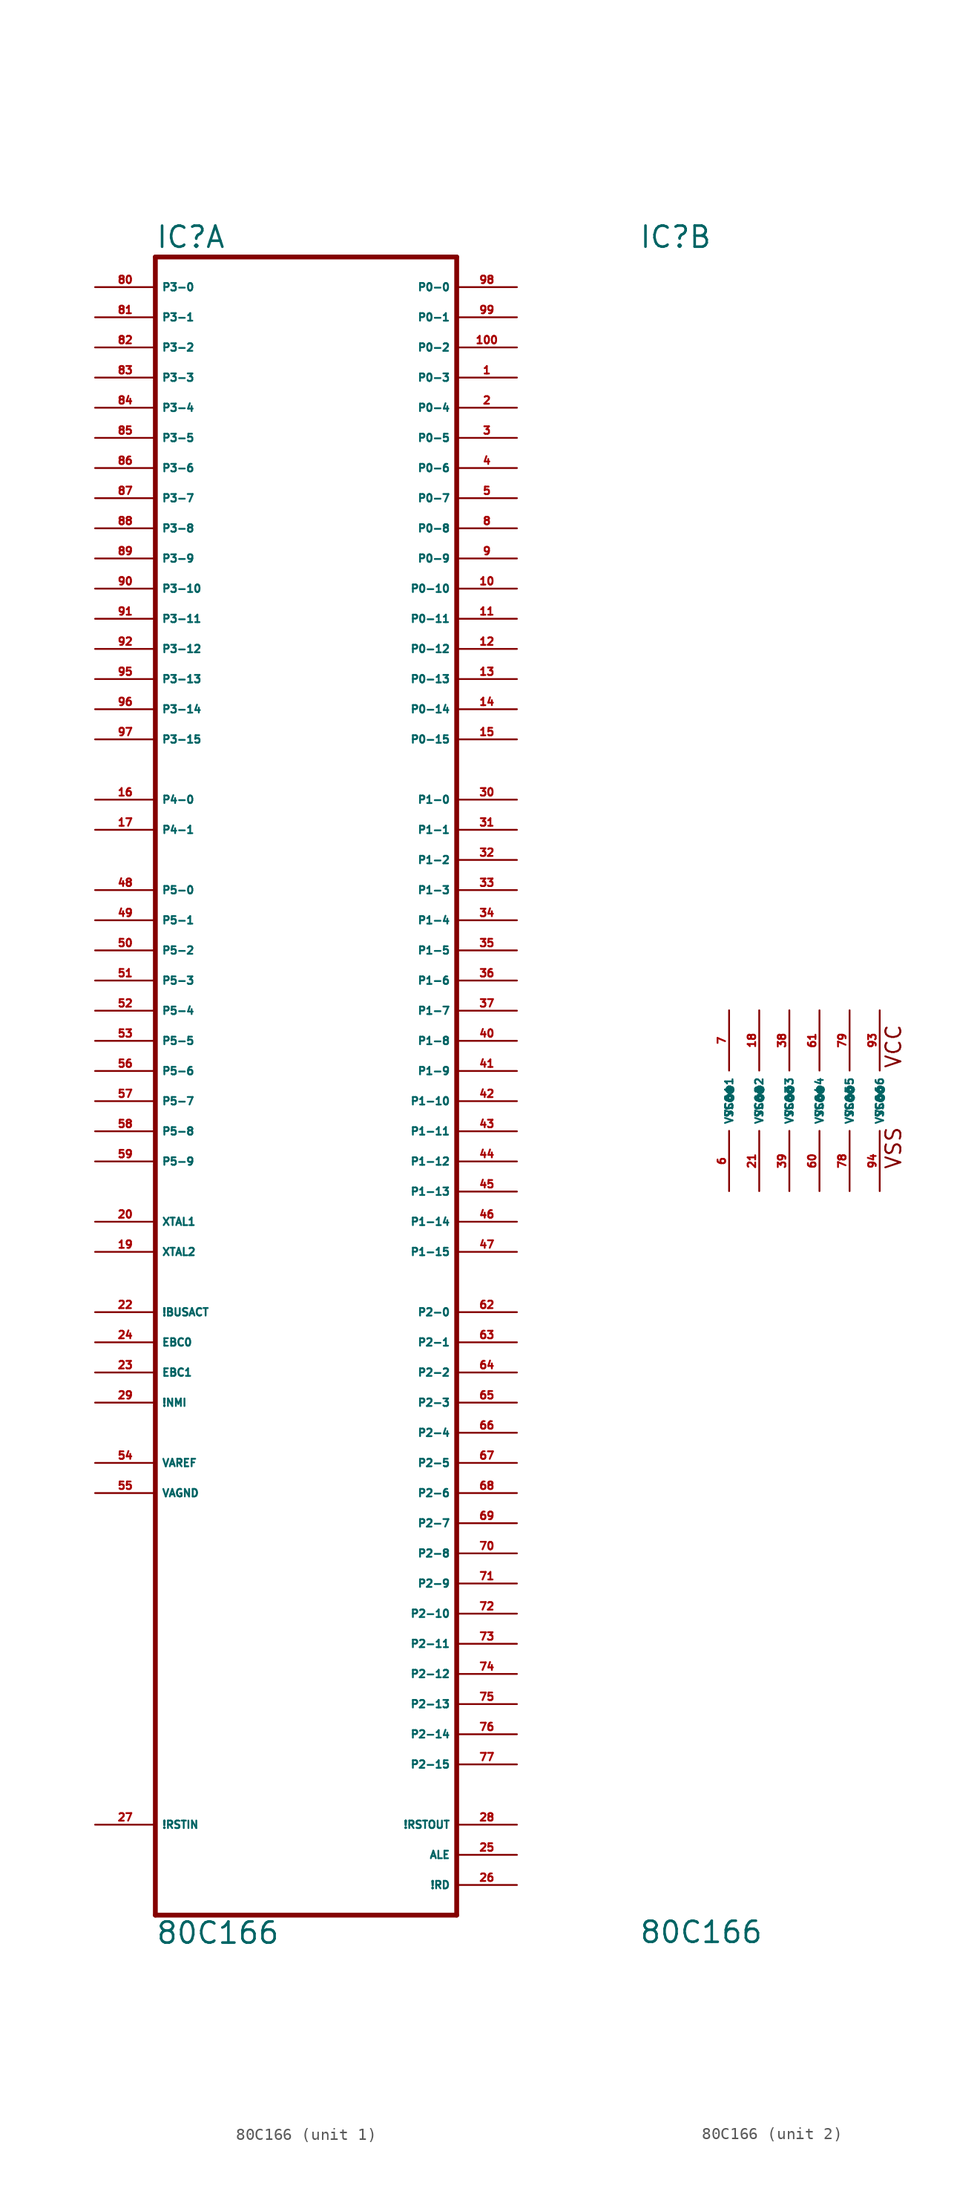
<source format=kicad_sym>
(kicad_symbol_lib
  (version 20220914)
  (generator Eagle2Kicad)
  (symbol "80C166"
    (property "Reference" "IC"
      (at -12.7 71.755 0)
      (effects (font (size 1.778 1.778) (thickness 0.22)) (justify left bottom)))
    (property "Value" "80C166"
      (at -12.7 -71.12 0)
      (effects (font (size 1.778 1.778) (thickness 0.22)) (justify left bottom)))
    (symbol "80C166_1_0"
      (polyline (pts (xy 12.7 71.12) (xy -12.7 71.12)) (stroke (width 0.406) (type default)) (fill (type none)))
      (polyline (pts (xy -12.7 71.12) (xy -12.7 -68.58)) (stroke (width 0.406) (type default)) (fill (type none)))
      (polyline (pts (xy -12.7 -68.58) (xy 12.7 -68.58)) (stroke (width 0.406) (type default)) (fill (type none)))
      (polyline (pts (xy 12.7 -68.58) (xy 12.7 71.12)) (stroke (width 0.406) (type default)) (fill (type none)))
      (pin bidirectional line (at 17.78 66.04 180) (length 5.08) (name "P0-1" (effects (font (size 0.635 0.635) (thickness 0.08)) (justify left bottom))) (number "99" (effects (font (size 0.635 0.635) (thickness 0.08)) (justify left bottom))))
      (pin bidirectional line (at 17.78 63.5 180) (length 5.08) (name "P0-2" (effects (font (size 0.635 0.635) (thickness 0.08)) (justify left bottom))) (number "100" (effects (font (size 0.635 0.635) (thickness 0.08)) (justify left bottom))))
      (pin bidirectional line (at 17.78 60.96 180) (length 5.08) (name "P0-3" (effects (font (size 0.635 0.635) (thickness 0.08)) (justify left bottom))) (number "1" (effects (font (size 0.635 0.635) (thickness 0.08)) (justify left bottom))))
      (pin bidirectional line (at 17.78 58.42 180) (length 5.08) (name "P0-4" (effects (font (size 0.635 0.635) (thickness 0.08)) (justify left bottom))) (number "2" (effects (font (size 0.635 0.635) (thickness 0.08)) (justify left bottom))))
      (pin bidirectional line (at 17.78 55.88 180) (length 5.08) (name "P0-5" (effects (font (size 0.635 0.635) (thickness 0.08)) (justify left bottom))) (number "3" (effects (font (size 0.635 0.635) (thickness 0.08)) (justify left bottom))))
      (pin bidirectional line (at 17.78 53.34 180) (length 5.08) (name "P0-6" (effects (font (size 0.635 0.635) (thickness 0.08)) (justify left bottom))) (number "4" (effects (font (size 0.635 0.635) (thickness 0.08)) (justify left bottom))))
      (pin bidirectional line (at 17.78 50.8 180) (length 5.08) (name "P0-7" (effects (font (size 0.635 0.635) (thickness 0.08)) (justify left bottom))) (number "5" (effects (font (size 0.635 0.635) (thickness 0.08)) (justify left bottom))))
      (pin bidirectional line (at 17.78 48.26 180) (length 5.08) (name "P0-8" (effects (font (size 0.635 0.635) (thickness 0.08)) (justify left bottom))) (number "8" (effects (font (size 0.635 0.635) (thickness 0.08)) (justify left bottom))))
      (pin bidirectional line (at 17.78 45.72 180) (length 5.08) (name "P0-9" (effects (font (size 0.635 0.635) (thickness 0.08)) (justify left bottom))) (number "9" (effects (font (size 0.635 0.635) (thickness 0.08)) (justify left bottom))))
      (pin bidirectional line (at 17.78 43.18 180) (length 5.08) (name "P0-10" (effects (font (size 0.635 0.635) (thickness 0.08)) (justify left bottom))) (number "10" (effects (font (size 0.635 0.635) (thickness 0.08)) (justify left bottom))))
      (pin bidirectional line (at 17.78 40.64 180) (length 5.08) (name "P0-11" (effects (font (size 0.635 0.635) (thickness 0.08)) (justify left bottom))) (number "11" (effects (font (size 0.635 0.635) (thickness 0.08)) (justify left bottom))))
      (pin bidirectional line (at 17.78 38.1 180) (length 5.08) (name "P0-12" (effects (font (size 0.635 0.635) (thickness 0.08)) (justify left bottom))) (number "12" (effects (font (size 0.635 0.635) (thickness 0.08)) (justify left bottom))))
      (pin bidirectional line (at 17.78 35.56 180) (length 5.08) (name "P0-13" (effects (font (size 0.635 0.635) (thickness 0.08)) (justify left bottom))) (number "13" (effects (font (size 0.635 0.635) (thickness 0.08)) (justify left bottom))))
      (pin bidirectional line (at 17.78 33.02 180) (length 5.08) (name "P0-14" (effects (font (size 0.635 0.635) (thickness 0.08)) (justify left bottom))) (number "14" (effects (font (size 0.635 0.635) (thickness 0.08)) (justify left bottom))))
      (pin bidirectional line (at 17.78 30.48 180) (length 5.08) (name "P0-15" (effects (font (size 0.635 0.635) (thickness 0.08)) (justify left bottom))) (number "15" (effects (font (size 0.635 0.635) (thickness 0.08)) (justify left bottom))))
      (pin bidirectional line (at 17.78 68.58 180) (length 5.08) (name "P0-0" (effects (font (size 0.635 0.635) (thickness 0.08)) (justify left bottom))) (number "98" (effects (font (size 0.635 0.635) (thickness 0.08)) (justify left bottom))))
      (pin input line (at -17.78 17.78 0) (length 5.08) (name "P5-0" (effects (font (size 0.635 0.635) (thickness 0.08)) (justify left bottom))) (number "48" (effects (font (size 0.635 0.635) (thickness 0.08)) (justify left bottom))))
      (pin input line (at -17.78 15.24 0) (length 5.08) (name "P5-1" (effects (font (size 0.635 0.635) (thickness 0.08)) (justify left bottom))) (number "49" (effects (font (size 0.635 0.635) (thickness 0.08)) (justify left bottom))))
      (pin input line (at -17.78 12.7 0) (length 5.08) (name "P5-2" (effects (font (size 0.635 0.635) (thickness 0.08)) (justify left bottom))) (number "50" (effects (font (size 0.635 0.635) (thickness 0.08)) (justify left bottom))))
      (pin input line (at -17.78 10.16 0) (length 5.08) (name "P5-3" (effects (font (size 0.635 0.635) (thickness 0.08)) (justify left bottom))) (number "51" (effects (font (size 0.635 0.635) (thickness 0.08)) (justify left bottom))))
      (pin input line (at -17.78 7.62 0) (length 5.08) (name "P5-4" (effects (font (size 0.635 0.635) (thickness 0.08)) (justify left bottom))) (number "52" (effects (font (size 0.635 0.635) (thickness 0.08)) (justify left bottom))))
      (pin input line (at -17.78 5.08 0) (length 5.08) (name "P5-5" (effects (font (size 0.635 0.635) (thickness 0.08)) (justify left bottom))) (number "53" (effects (font (size 0.635 0.635) (thickness 0.08)) (justify left bottom))))
      (pin input line (at -17.78 2.54 0) (length 5.08) (name "P5-6" (effects (font (size 0.635 0.635) (thickness 0.08)) (justify left bottom))) (number "56" (effects (font (size 0.635 0.635) (thickness 0.08)) (justify left bottom))))
      (pin input line (at -17.78 0 0) (length 5.08) (name "P5-7" (effects (font (size 0.635 0.635) (thickness 0.08)) (justify left bottom))) (number "57" (effects (font (size 0.635 0.635) (thickness 0.08)) (justify left bottom))))
      (pin input line (at -17.78 -2.54 0) (length 5.08) (name "P5-8" (effects (font (size 0.635 0.635) (thickness 0.08)) (justify left bottom))) (number "58" (effects (font (size 0.635 0.635) (thickness 0.08)) (justify left bottom))))
      (pin input line (at -17.78 -5.08 0) (length 5.08) (name "P5-9" (effects (font (size 0.635 0.635) (thickness 0.08)) (justify left bottom))) (number "59" (effects (font (size 0.635 0.635) (thickness 0.08)) (justify left bottom))))
      (pin bidirectional line (at 17.78 25.4 180) (length 5.08) (name "P1-0" (effects (font (size 0.635 0.635) (thickness 0.08)) (justify left bottom))) (number "30" (effects (font (size 0.635 0.635) (thickness 0.08)) (justify left bottom))))
      (pin bidirectional line (at 17.78 22.86 180) (length 5.08) (name "P1-1" (effects (font (size 0.635 0.635) (thickness 0.08)) (justify left bottom))) (number "31" (effects (font (size 0.635 0.635) (thickness 0.08)) (justify left bottom))))
      (pin bidirectional line (at 17.78 20.32 180) (length 5.08) (name "P1-2" (effects (font (size 0.635 0.635) (thickness 0.08)) (justify left bottom))) (number "32" (effects (font (size 0.635 0.635) (thickness 0.08)) (justify left bottom))))
      (pin bidirectional line (at 17.78 17.78 180) (length 5.08) (name "P1-3" (effects (font (size 0.635 0.635) (thickness 0.08)) (justify left bottom))) (number "33" (effects (font (size 0.635 0.635) (thickness 0.08)) (justify left bottom))))
      (pin bidirectional line (at 17.78 15.24 180) (length 5.08) (name "P1-4" (effects (font (size 0.635 0.635) (thickness 0.08)) (justify left bottom))) (number "34" (effects (font (size 0.635 0.635) (thickness 0.08)) (justify left bottom))))
      (pin bidirectional line (at 17.78 12.7 180) (length 5.08) (name "P1-5" (effects (font (size 0.635 0.635) (thickness 0.08)) (justify left bottom))) (number "35" (effects (font (size 0.635 0.635) (thickness 0.08)) (justify left bottom))))
      (pin bidirectional line (at 17.78 10.16 180) (length 5.08) (name "P1-6" (effects (font (size 0.635 0.635) (thickness 0.08)) (justify left bottom))) (number "36" (effects (font (size 0.635 0.635) (thickness 0.08)) (justify left bottom))))
      (pin bidirectional line (at 17.78 7.62 180) (length 5.08) (name "P1-7" (effects (font (size 0.635 0.635) (thickness 0.08)) (justify left bottom))) (number "37" (effects (font (size 0.635 0.635) (thickness 0.08)) (justify left bottom))))
      (pin bidirectional line (at 17.78 5.08 180) (length 5.08) (name "P1-8" (effects (font (size 0.635 0.635) (thickness 0.08)) (justify left bottom))) (number "40" (effects (font (size 0.635 0.635) (thickness 0.08)) (justify left bottom))))
      (pin bidirectional line (at 17.78 2.54 180) (length 5.08) (name "P1-9" (effects (font (size 0.635 0.635) (thickness 0.08)) (justify left bottom))) (number "41" (effects (font (size 0.635 0.635) (thickness 0.08)) (justify left bottom))))
      (pin bidirectional line (at 17.78 0 180) (length 5.08) (name "P1-10" (effects (font (size 0.635 0.635) (thickness 0.08)) (justify left bottom))) (number "42" (effects (font (size 0.635 0.635) (thickness 0.08)) (justify left bottom))))
      (pin bidirectional line (at 17.78 -2.54 180) (length 5.08) (name "P1-11" (effects (font (size 0.635 0.635) (thickness 0.08)) (justify left bottom))) (number "43" (effects (font (size 0.635 0.635) (thickness 0.08)) (justify left bottom))))
      (pin bidirectional line (at 17.78 -5.08 180) (length 5.08) (name "P1-12" (effects (font (size 0.635 0.635) (thickness 0.08)) (justify left bottom))) (number "44" (effects (font (size 0.635 0.635) (thickness 0.08)) (justify left bottom))))
      (pin bidirectional line (at 17.78 -7.62 180) (length 5.08) (name "P1-13" (effects (font (size 0.635 0.635) (thickness 0.08)) (justify left bottom))) (number "45" (effects (font (size 0.635 0.635) (thickness 0.08)) (justify left bottom))))
      (pin bidirectional line (at 17.78 -10.16 180) (length 5.08) (name "P1-14" (effects (font (size 0.635 0.635) (thickness 0.08)) (justify left bottom))) (number "46" (effects (font (size 0.635 0.635) (thickness 0.08)) (justify left bottom))))
      (pin bidirectional line (at 17.78 -12.7 180) (length 5.08) (name "P1-15" (effects (font (size 0.635 0.635) (thickness 0.08)) (justify left bottom))) (number "47" (effects (font (size 0.635 0.635) (thickness 0.08)) (justify left bottom))))
      (pin bidirectional line (at 17.78 -17.78 180) (length 5.08) (name "P2-0" (effects (font (size 0.635 0.635) (thickness 0.08)) (justify left bottom))) (number "62" (effects (font (size 0.635 0.635) (thickness 0.08)) (justify left bottom))))
      (pin bidirectional line (at 17.78 -20.32 180) (length 5.08) (name "P2-1" (effects (font (size 0.635 0.635) (thickness 0.08)) (justify left bottom))) (number "63" (effects (font (size 0.635 0.635) (thickness 0.08)) (justify left bottom))))
      (pin bidirectional line (at 17.78 -22.86 180) (length 5.08) (name "P2-2" (effects (font (size 0.635 0.635) (thickness 0.08)) (justify left bottom))) (number "64" (effects (font (size 0.635 0.635) (thickness 0.08)) (justify left bottom))))
      (pin bidirectional line (at 17.78 -25.4 180) (length 5.08) (name "P2-3" (effects (font (size 0.635 0.635) (thickness 0.08)) (justify left bottom))) (number "65" (effects (font (size 0.635 0.635) (thickness 0.08)) (justify left bottom))))
      (pin bidirectional line (at 17.78 -27.94 180) (length 5.08) (name "P2-4" (effects (font (size 0.635 0.635) (thickness 0.08)) (justify left bottom))) (number "66" (effects (font (size 0.635 0.635) (thickness 0.08)) (justify left bottom))))
      (pin bidirectional line (at 17.78 -30.48 180) (length 5.08) (name "P2-5" (effects (font (size 0.635 0.635) (thickness 0.08)) (justify left bottom))) (number "67" (effects (font (size 0.635 0.635) (thickness 0.08)) (justify left bottom))))
      (pin bidirectional line (at 17.78 -33.02 180) (length 5.08) (name "P2-6" (effects (font (size 0.635 0.635) (thickness 0.08)) (justify left bottom))) (number "68" (effects (font (size 0.635 0.635) (thickness 0.08)) (justify left bottom))))
      (pin bidirectional line (at 17.78 -35.56 180) (length 5.08) (name "P2-7" (effects (font (size 0.635 0.635) (thickness 0.08)) (justify left bottom))) (number "69" (effects (font (size 0.635 0.635) (thickness 0.08)) (justify left bottom))))
      (pin bidirectional line (at 17.78 -38.1 180) (length 5.08) (name "P2-8" (effects (font (size 0.635 0.635) (thickness 0.08)) (justify left bottom))) (number "70" (effects (font (size 0.635 0.635) (thickness 0.08)) (justify left bottom))))
      (pin bidirectional line (at 17.78 -40.64 180) (length 5.08) (name "P2-9" (effects (font (size 0.635 0.635) (thickness 0.08)) (justify left bottom))) (number "71" (effects (font (size 0.635 0.635) (thickness 0.08)) (justify left bottom))))
      (pin bidirectional line (at 17.78 -43.18 180) (length 5.08) (name "P2-10" (effects (font (size 0.635 0.635) (thickness 0.08)) (justify left bottom))) (number "72" (effects (font (size 0.635 0.635) (thickness 0.08)) (justify left bottom))))
      (pin bidirectional line (at 17.78 -45.72 180) (length 5.08) (name "P2-11" (effects (font (size 0.635 0.635) (thickness 0.08)) (justify left bottom))) (number "73" (effects (font (size 0.635 0.635) (thickness 0.08)) (justify left bottom))))
      (pin bidirectional line (at 17.78 -48.26 180) (length 5.08) (name "P2-12" (effects (font (size 0.635 0.635) (thickness 0.08)) (justify left bottom))) (number "74" (effects (font (size 0.635 0.635) (thickness 0.08)) (justify left bottom))))
      (pin bidirectional line (at 17.78 -50.8 180) (length 5.08) (name "P2-13" (effects (font (size 0.635 0.635) (thickness 0.08)) (justify left bottom))) (number "75" (effects (font (size 0.635 0.635) (thickness 0.08)) (justify left bottom))))
      (pin bidirectional line (at 17.78 -53.34 180) (length 5.08) (name "P2-14" (effects (font (size 0.635 0.635) (thickness 0.08)) (justify left bottom))) (number "76" (effects (font (size 0.635 0.635) (thickness 0.08)) (justify left bottom))))
      (pin bidirectional line (at 17.78 -55.88 180) (length 5.08) (name "P2-15" (effects (font (size 0.635 0.635) (thickness 0.08)) (justify left bottom))) (number "77" (effects (font (size 0.635 0.635) (thickness 0.08)) (justify left bottom))))
      (pin bidirectional line (at -17.78 68.58 0) (length 5.08) (name "P3-0" (effects (font (size 0.635 0.635) (thickness 0.08)) (justify left bottom))) (number "80" (effects (font (size 0.635 0.635) (thickness 0.08)) (justify left bottom))))
      (pin bidirectional line (at -17.78 66.04 0) (length 5.08) (name "P3-1" (effects (font (size 0.635 0.635) (thickness 0.08)) (justify left bottom))) (number "81" (effects (font (size 0.635 0.635) (thickness 0.08)) (justify left bottom))))
      (pin bidirectional line (at -17.78 63.5 0) (length 5.08) (name "P3-2" (effects (font (size 0.635 0.635) (thickness 0.08)) (justify left bottom))) (number "82" (effects (font (size 0.635 0.635) (thickness 0.08)) (justify left bottom))))
      (pin bidirectional line (at -17.78 60.96 0) (length 5.08) (name "P3-3" (effects (font (size 0.635 0.635) (thickness 0.08)) (justify left bottom))) (number "83" (effects (font (size 0.635 0.635) (thickness 0.08)) (justify left bottom))))
      (pin bidirectional line (at -17.78 58.42 0) (length 5.08) (name "P3-4" (effects (font (size 0.635 0.635) (thickness 0.08)) (justify left bottom))) (number "84" (effects (font (size 0.635 0.635) (thickness 0.08)) (justify left bottom))))
      (pin bidirectional line (at -17.78 55.88 0) (length 5.08) (name "P3-5" (effects (font (size 0.635 0.635) (thickness 0.08)) (justify left bottom))) (number "85" (effects (font (size 0.635 0.635) (thickness 0.08)) (justify left bottom))))
      (pin bidirectional line (at -17.78 53.34 0) (length 5.08) (name "P3-6" (effects (font (size 0.635 0.635) (thickness 0.08)) (justify left bottom))) (number "86" (effects (font (size 0.635 0.635) (thickness 0.08)) (justify left bottom))))
      (pin bidirectional line (at -17.78 50.8 0) (length 5.08) (name "P3-7" (effects (font (size 0.635 0.635) (thickness 0.08)) (justify left bottom))) (number "87" (effects (font (size 0.635 0.635) (thickness 0.08)) (justify left bottom))))
      (pin bidirectional line (at -17.78 48.26 0) (length 5.08) (name "P3-8" (effects (font (size 0.635 0.635) (thickness 0.08)) (justify left bottom))) (number "88" (effects (font (size 0.635 0.635) (thickness 0.08)) (justify left bottom))))
      (pin bidirectional line (at -17.78 45.72 0) (length 5.08) (name "P3-9" (effects (font (size 0.635 0.635) (thickness 0.08)) (justify left bottom))) (number "89" (effects (font (size 0.635 0.635) (thickness 0.08)) (justify left bottom))))
      (pin bidirectional line (at -17.78 43.18 0) (length 5.08) (name "P3-10" (effects (font (size 0.635 0.635) (thickness 0.08)) (justify left bottom))) (number "90" (effects (font (size 0.635 0.635) (thickness 0.08)) (justify left bottom))))
      (pin bidirectional line (at -17.78 40.64 0) (length 5.08) (name "P3-11" (effects (font (size 0.635 0.635) (thickness 0.08)) (justify left bottom))) (number "91" (effects (font (size 0.635 0.635) (thickness 0.08)) (justify left bottom))))
      (pin bidirectional line (at -17.78 38.1 0) (length 5.08) (name "P3-12" (effects (font (size 0.635 0.635) (thickness 0.08)) (justify left bottom))) (number "92" (effects (font (size 0.635 0.635) (thickness 0.08)) (justify left bottom))))
      (pin bidirectional line (at -17.78 35.56 0) (length 5.08) (name "P3-13" (effects (font (size 0.635 0.635) (thickness 0.08)) (justify left bottom))) (number "95" (effects (font (size 0.635 0.635) (thickness 0.08)) (justify left bottom))))
      (pin bidirectional line (at -17.78 33.02 0) (length 5.08) (name "P3-14" (effects (font (size 0.635 0.635) (thickness 0.08)) (justify left bottom))) (number "96" (effects (font (size 0.635 0.635) (thickness 0.08)) (justify left bottom))))
      (pin bidirectional line (at -17.78 30.48 0) (length 5.08) (name "P3-15" (effects (font (size 0.635 0.635) (thickness 0.08)) (justify left bottom))) (number "97" (effects (font (size 0.635 0.635) (thickness 0.08)) (justify left bottom))))
      (pin bidirectional line (at -17.78 25.4 0) (length 5.08) (name "P4-0" (effects (font (size 0.635 0.635) (thickness 0.08)) (justify left bottom))) (number "16" (effects (font (size 0.635 0.635) (thickness 0.08)) (justify left bottom))))
      (pin bidirectional line (at -17.78 22.86 0) (length 5.08) (name "P4-1" (effects (font (size 0.635 0.635) (thickness 0.08)) (justify left bottom))) (number "17" (effects (font (size 0.635 0.635) (thickness 0.08)) (justify left bottom))))
      (pin input line (at -17.78 -10.16 0) (length 5.08) (name "XTAL1" (effects (font (size 0.635 0.635) (thickness 0.08)) (justify left bottom))) (number "20" (effects (font (size 0.635 0.635) (thickness 0.08)) (justify left bottom))))
      (pin output line (at -17.78 -12.7 0) (length 5.08) (name "XTAL2" (effects (font (size 0.635 0.635) (thickness 0.08)) (justify left bottom))) (number "19" (effects (font (size 0.635 0.635) (thickness 0.08)) (justify left bottom))))
      (pin input line (at -17.78 -17.78 0) (length 5.08) (name "!BUSACT" (effects (font (size 0.635 0.635) (thickness 0.08)) (justify left bottom))) (number "22" (effects (font (size 0.635 0.635) (thickness 0.08)) (justify left bottom))))
      (pin input line (at -17.78 -20.32 0) (length 5.08) (name "EBC0" (effects (font (size 0.635 0.635) (thickness 0.08)) (justify left bottom))) (number "24" (effects (font (size 0.635 0.635) (thickness 0.08)) (justify left bottom))))
      (pin input line (at -17.78 -22.86 0) (length 5.08) (name "EBC1" (effects (font (size 0.635 0.635) (thickness 0.08)) (justify left bottom))) (number "23" (effects (font (size 0.635 0.635) (thickness 0.08)) (justify left bottom))))
      (pin input line (at -17.78 -60.96 0) (length 5.08) (name "!RSTIN" (effects (font (size 0.635 0.635) (thickness 0.08)) (justify left bottom))) (number "27" (effects (font (size 0.635 0.635) (thickness 0.08)) (justify left bottom))))
      (pin output line (at 17.78 -60.96 180) (length 5.08) (name "!RSTOUT" (effects (font (size 0.635 0.635) (thickness 0.08)) (justify left bottom))) (number "28" (effects (font (size 0.635 0.635) (thickness 0.08)) (justify left bottom))))
      (pin input line (at -17.78 -25.4 0) (length 5.08) (name "!NMI" (effects (font (size 0.635 0.635) (thickness 0.08)) (justify left bottom))) (number "29" (effects (font (size 0.635 0.635) (thickness 0.08)) (justify left bottom))))
      (pin output line (at 17.78 -63.5 180) (length 5.08) (name "ALE" (effects (font (size 0.635 0.635) (thickness 0.08)) (justify left bottom))) (number "25" (effects (font (size 0.635 0.635) (thickness 0.08)) (justify left bottom))))
      (pin output line (at 17.78 -66.04 180) (length 5.08) (name "!RD" (effects (font (size 0.635 0.635) (thickness 0.08)) (justify left bottom))) (number "26" (effects (font (size 0.635 0.635) (thickness 0.08)) (justify left bottom))))
      (pin passive line (at -17.78 -30.48 0) (length 5.08) (name "VAREF" (effects (font (size 0.635 0.635) (thickness 0.08)) (justify left bottom))) (number "54" (effects (font (size 0.635 0.635) (thickness 0.08)) (justify left bottom))))
      (pin passive line (at -17.78 -33.02 0) (length 5.08) (name "VAGND" (effects (font (size 0.635 0.635) (thickness 0.08)) (justify left bottom))) (number "55" (effects (font (size 0.635 0.635) (thickness 0.08)) (justify left bottom)))))
    (symbol "80C166_2_0"
      (text "VCC" (at 9.525 2.667 900) (effects (font (size 1.27 1.27) (thickness 0.16)) (justify left bottom)))
      (text "VSS" (at 9.525 -5.842 900) (effects (font (size 1.27 1.27) (thickness 0.16)) (justify left bottom)))
      (pin unspecified line (at -5.08 7.62 270) (length 5.08) (name "VCC@1" (effects (font (size 0.635 0.635) (thickness 0.08)) (justify left bottom))) (number "7" (effects (font (size 0.635 0.635) (thickness 0.08)) (justify left bottom))))
      (pin unspecified line (at -2.54 7.62 270) (length 5.08) (name "VCC@2" (effects (font (size 0.635 0.635) (thickness 0.08)) (justify left bottom))) (number "18" (effects (font (size 0.635 0.635) (thickness 0.08)) (justify left bottom))))
      (pin unspecified line (at 0 7.62 270) (length 5.08) (name "VCC@3" (effects (font (size 0.635 0.635) (thickness 0.08)) (justify left bottom))) (number "38" (effects (font (size 0.635 0.635) (thickness 0.08)) (justify left bottom))))
      (pin unspecified line (at 2.54 7.62 270) (length 5.08) (name "VCC@4" (effects (font (size 0.635 0.635) (thickness 0.08)) (justify left bottom))) (number "61" (effects (font (size 0.635 0.635) (thickness 0.08)) (justify left bottom))))
      (pin unspecified line (at 5.08 7.62 270) (length 5.08) (name "VCC@5" (effects (font (size 0.635 0.635) (thickness 0.08)) (justify left bottom))) (number "79" (effects (font (size 0.635 0.635) (thickness 0.08)) (justify left bottom))))
      (pin unspecified line (at 7.62 7.62 270) (length 5.08) (name "VCC@6" (effects (font (size 0.635 0.635) (thickness 0.08)) (justify left bottom))) (number "93" (effects (font (size 0.635 0.635) (thickness 0.08)) (justify left bottom))))
      (pin unspecified line (at -5.08 -7.62 90) (length 5.08) (name "VSS@1" (effects (font (size 0.635 0.635) (thickness 0.08)) (justify left bottom))) (number "6" (effects (font (size 0.635 0.635) (thickness 0.08)) (justify left bottom))))
      (pin unspecified line (at -2.54 -7.62 90) (length 5.08) (name "VSS@2" (effects (font (size 0.635 0.635) (thickness 0.08)) (justify left bottom))) (number "21" (effects (font (size 0.635 0.635) (thickness 0.08)) (justify left bottom))))
      (pin unspecified line (at 0 -7.62 90) (length 5.08) (name "VSS@3" (effects (font (size 0.635 0.635) (thickness 0.08)) (justify left bottom))) (number "39" (effects (font (size 0.635 0.635) (thickness 0.08)) (justify left bottom))))
      (pin unspecified line (at 2.54 -7.62 90) (length 5.08) (name "VSS@4" (effects (font (size 0.635 0.635) (thickness 0.08)) (justify left bottom))) (number "60" (effects (font (size 0.635 0.635) (thickness 0.08)) (justify left bottom))))
      (pin unspecified line (at 5.08 -7.62 90) (length 5.08) (name "VSS@5" (effects (font (size 0.635 0.635) (thickness 0.08)) (justify left bottom))) (number "78" (effects (font (size 0.635 0.635) (thickness 0.08)) (justify left bottom))))
      (pin unspecified line (at 7.62 -7.62 90) (length 5.08) (name "VSS@6" (effects (font (size 0.635 0.635) (thickness 0.08)) (justify left bottom))) (number "94" (effects (font (size 0.635 0.635) (thickness 0.08)) (justify left bottom)))))))
</source>
